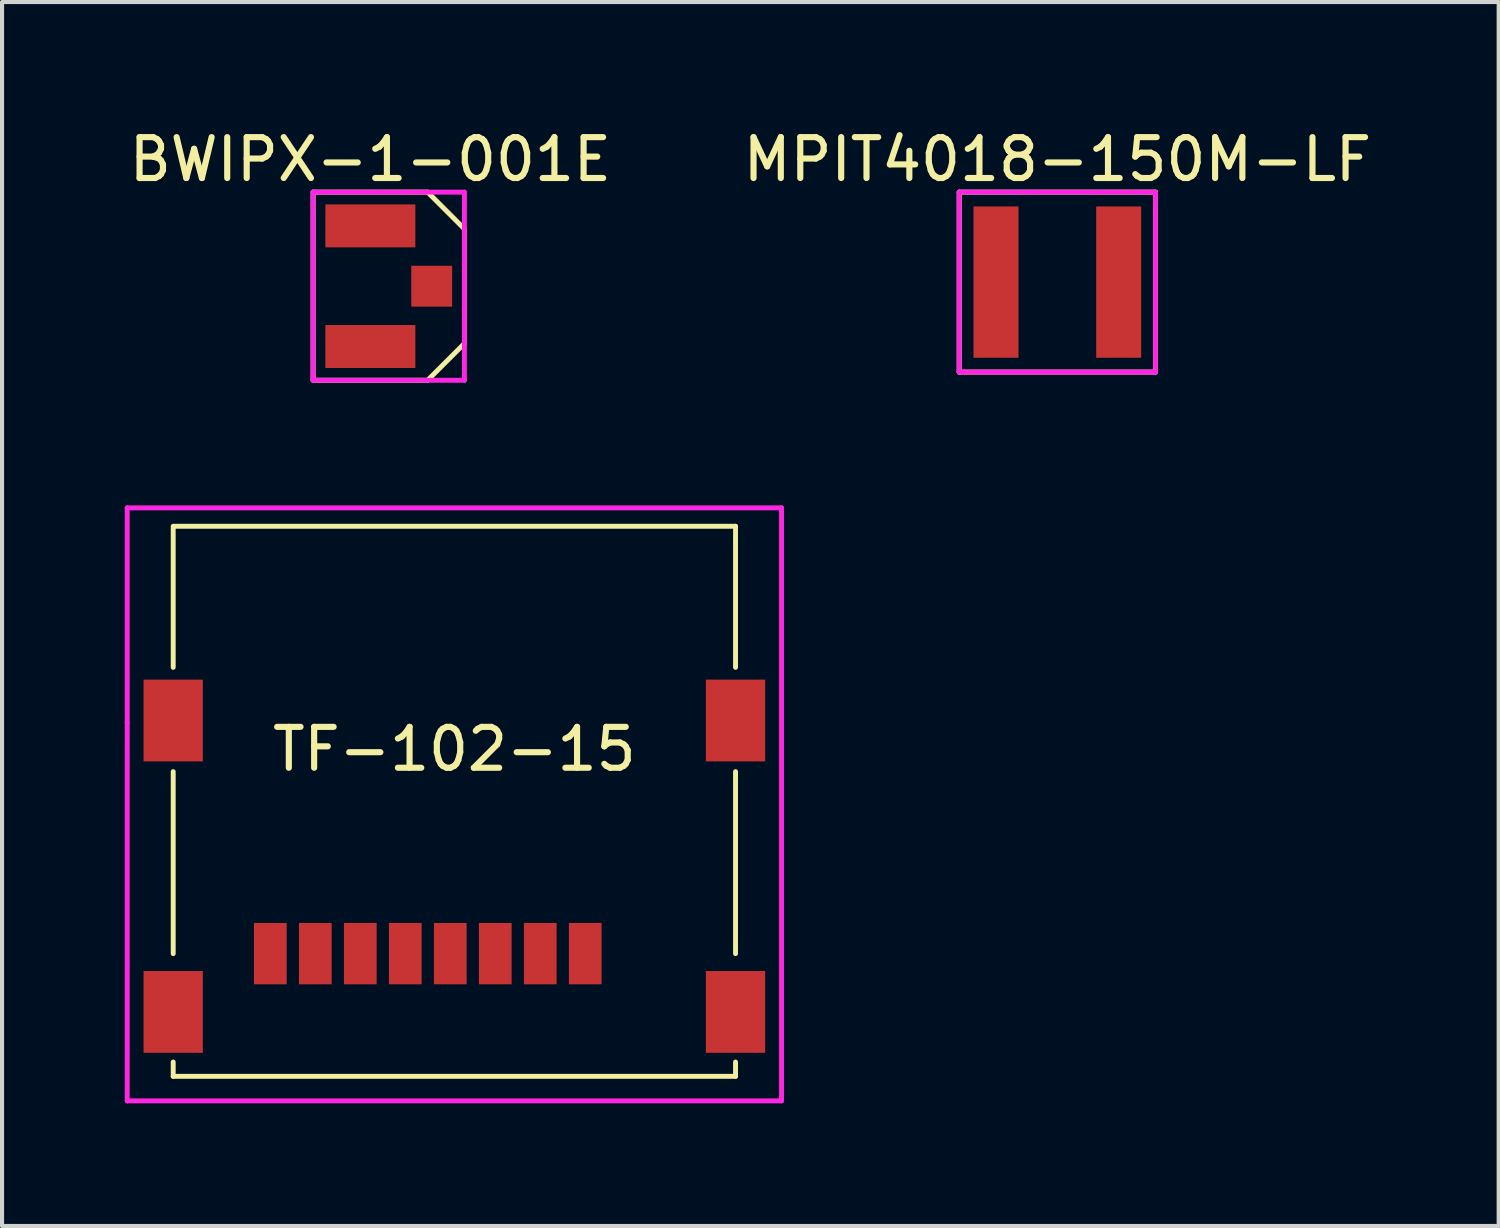
<source format=kicad_pcb>
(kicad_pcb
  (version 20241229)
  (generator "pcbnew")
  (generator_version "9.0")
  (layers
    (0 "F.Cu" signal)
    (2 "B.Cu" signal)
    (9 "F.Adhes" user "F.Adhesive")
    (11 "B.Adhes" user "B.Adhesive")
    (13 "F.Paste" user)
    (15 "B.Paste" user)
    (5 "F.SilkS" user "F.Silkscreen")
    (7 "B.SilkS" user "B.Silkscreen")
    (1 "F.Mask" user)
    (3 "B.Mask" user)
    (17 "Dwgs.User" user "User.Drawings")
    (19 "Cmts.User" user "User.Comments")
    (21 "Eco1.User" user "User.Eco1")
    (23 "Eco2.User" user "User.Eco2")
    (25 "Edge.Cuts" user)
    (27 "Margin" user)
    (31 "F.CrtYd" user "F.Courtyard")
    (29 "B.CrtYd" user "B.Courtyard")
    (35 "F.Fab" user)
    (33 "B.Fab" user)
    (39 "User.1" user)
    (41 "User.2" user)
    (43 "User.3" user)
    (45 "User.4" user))
  (footprint "MPIT4018-150M-LF"
    (layer "F.Cu")
    (at 22.804 3.848)
    (property "Reference" "MPIT4018-150M-LF" (at 0 -3 0) (layer "F.SilkS") (effects (font (size 1 1) (thickness 0.15))))
    (attr through_hole)
    (fp_line (start -2.4 -2.2) (end 2.4 -2.2) (stroke (width 0.12) (type solid)) (layer "F.SilkS"))
    (fp_line (start -2.4 2.2) (end -2.4 -2.2) (stroke (width 0.12) (type solid)) (layer "F.SilkS"))
    (fp_line (start 2.4 -2.2) (end 2.4 2.2) (stroke (width 0.12) (type solid)) (layer "F.SilkS"))
    (fp_line (start 2.4 2.2) (end -2.4 2.2) (stroke (width 0.12) (type solid)) (layer "F.SilkS"))
    (fp_line (start -2.4 -2.2) (end 2.4 -2.2) (stroke (width 0.12) (type solid)) (layer "F.CrtYd"))
    (fp_line (start -2.4 2.2) (end -2.4 -2.2) (stroke (width 0.12) (type solid)) (layer "F.CrtYd"))
    (fp_line (start 2.4 -2.2) (end 2.4 2.2) (stroke (width 0.12) (type solid)) (layer "F.CrtYd"))
    (fp_line (start 2.4 2.2) (end -2.4 2.2) (stroke (width 0.12) (type solid)) (layer "F.CrtYd"))
    (pad "1" smd trapezoid (at -1.5 0) (size 1.1 3.7) (layers "F.Cu" "F.Mask" "F.Paste"))
    (pad "2" smd trapezoid (at 1.5 0) (size 1.1 3.7) (layers "F.Cu" "F.Mask" "F.Paste")))
  (footprint "TF-102-15"
    (layer "F.Cu")
    (at 8.06 17.118)
    (property "Reference" "TF-102-15" (at 0 -1.85 0) (layer "F.SilkS") (effects (font (size 1 1) (thickness 0.15))))
    (attr through_hole)
    (fp_line (start -6.875 -7.3) (end -6.875 -3.85) (stroke (width 0.12) (type solid)) (layer "F.SilkS"))
    (fp_line (start -6.875 -1.3) (end -6.875 3.15) (stroke (width 0.12) (type solid)) (layer "F.SilkS"))
    (fp_line (start -6.875 5.8) (end -6.875 6.15) (stroke (width 0.12) (type solid)) (layer "F.SilkS"))
    (fp_line (start -6.875 6.15) (end 6.875 6.15) (stroke (width 0.12) (type solid)) (layer "F.SilkS"))
    (fp_line (start -6.85 -7.3) (end 6.875 -7.3) (stroke (width 0.12) (type solid)) (layer "F.SilkS"))
    (fp_line (start 6.875 -7.3) (end 6.875 -3.85) (stroke (width 0.12) (type solid)) (layer "F.SilkS"))
    (fp_line (start 6.875 -1.3) (end 6.875 3.15) (stroke (width 0.12) (type solid)) (layer "F.SilkS"))
    (fp_line (start 6.875 5.8) (end 6.875 6.15) (stroke (width 0.12) (type solid)) (layer "F.SilkS"))
    (fp_line (start -8 -7.75) (end 8 -7.75) (stroke (width 0.12) (type solid)) (layer "F.CrtYd"))
    (fp_line (start -8 -2.5) (end -8 -7.75) (stroke (width 0.12) (type solid)) (layer "F.CrtYd"))
    (fp_line (start -8 6.75) (end -8 -2.5) (stroke (width 0.12) (type solid)) (layer "F.CrtYd"))
    (fp_line (start 8 -7.75) (end 8 6.75) (stroke (width 0.12) (type solid)) (layer "F.CrtYd"))
    (fp_line (start 8 6.75) (end -8 6.75) (stroke (width 0.12) (type solid)) (layer "F.CrtYd"))
    (pad "1" smd rect (at 3.2 3.15) (size 0.8 1.5) (layers "F.Cu" "F.Mask" "F.Paste"))
    (pad "2" smd rect (at 2.1 3.15) (size 0.8 1.5) (layers "F.Cu" "F.Mask" "F.Paste"))
    (pad "3" smd rect (at 1 3.15) (size 0.8 1.5) (layers "F.Cu" "F.Mask" "F.Paste"))
    (pad "4" smd rect (at -0.1 3.15) (size 0.8 1.5) (layers "F.Cu" "F.Mask" "F.Paste"))
    (pad "5" smd rect (at -1.2 3.15) (size 0.8 1.5) (layers "F.Cu" "F.Mask" "F.Paste"))
    (pad "6" smd rect (at -2.3 3.15) (size 0.8 1.5) (layers "F.Cu" "F.Mask" "F.Paste"))
    (pad "7" smd rect (at -3.4 3.15) (size 0.8 1.5) (layers "F.Cu" "F.Mask" "F.Paste"))
    (pad "8" smd rect (at -4.5 3.15) (size 0.8 1.5) (layers "F.Cu" "F.Mask" "F.Paste"))
    (pad "9" smd rect (at -6.875 -2.55) (size 1.45 2) (layers "F.Cu" "F.Mask" "F.Paste"))
    (pad "9" smd rect (at -6.875 4.575) (size 1.45 2) (layers "F.Cu" "F.Mask" "F.Paste"))
    (pad "9" smd rect (at 6.875 -2.55) (size 1.45 2) (layers "F.Cu" "F.Mask" "F.Paste"))
    (pad "9" smd rect (at 6.875 4.575) (size 1.45 2) (layers "F.Cu" "F.Mask" "F.Paste")))
  (footprint "BWIPX-1-001E"
    (layer "F.Cu")
    (at 6.006 3.948)
    (property "Reference" "BWIPX-1-001E" (at 0 -3.1 0) (layer "F.SilkS") (effects (font (size 1 1) (thickness 0.15))))
    (attr through_hole)
    (fp_line (start -1.4 -2.3) (end 1.4 -2.3) (stroke (width 0.12) (type solid)) (layer "F.SilkS"))
    (fp_line (start -1.4 2.3) (end -1.4 -2.3) (stroke (width 0.12) (type solid)) (layer "F.SilkS"))
    (fp_line (start 1.4 -2.3) (end 2.3 -1.4) (stroke (width 0.12) (type solid)) (layer "F.SilkS"))
    (fp_line (start 1.4 2.3) (end -1.4 2.3) (stroke (width 0.12) (type solid)) (layer "F.SilkS"))
    (fp_line (start 2.3 -1.4) (end 2.3 1.4) (stroke (width 0.12) (type solid)) (layer "F.SilkS"))
    (fp_line (start 2.3 1.4) (end 1.4 2.3) (stroke (width 0.12) (type solid)) (layer "F.SilkS"))
    (fp_line (start -1.4 -2.3) (end -1.4 2.3) (stroke (width 0.12) (type solid)) (layer "F.CrtYd"))
    (fp_line (start -1.4 2.3) (end 2.3 2.3) (stroke (width 0.12) (type solid)) (layer "F.CrtYd"))
    (fp_line (start 2.3 -2.3) (end -1.4 -2.3) (stroke (width 0.12) (type solid)) (layer "F.CrtYd"))
    (fp_line (start 2.3 -2.2) (end 2.3 -2.3) (stroke (width 0.12) (type solid)) (layer "F.CrtYd"))
    (fp_line (start 2.3 2.3) (end 2.3 -2.2) (stroke (width 0.12) (type solid)) (layer "F.CrtYd"))
    (pad "1" smd rect (at 1.5 0) (size 1 1) (layers "F.Cu" "F.Mask" "F.Paste"))
    (pad "2" smd rect (at 0 -1.475) (size 2.2 1.05) (layers "F.Cu" "F.Mask" "F.Paste"))
    (pad "2" smd rect (at 0 1.475) (size 2.2 1.05) (layers "F.Cu" "F.Mask" "F.Paste")))
  (gr_rect
    (start -3 -3)
    (end 33.595 26.928)
    (stroke (width 0.1) (type default))
    (fill no)
    (layer "Edge.Cuts")))
</source>
